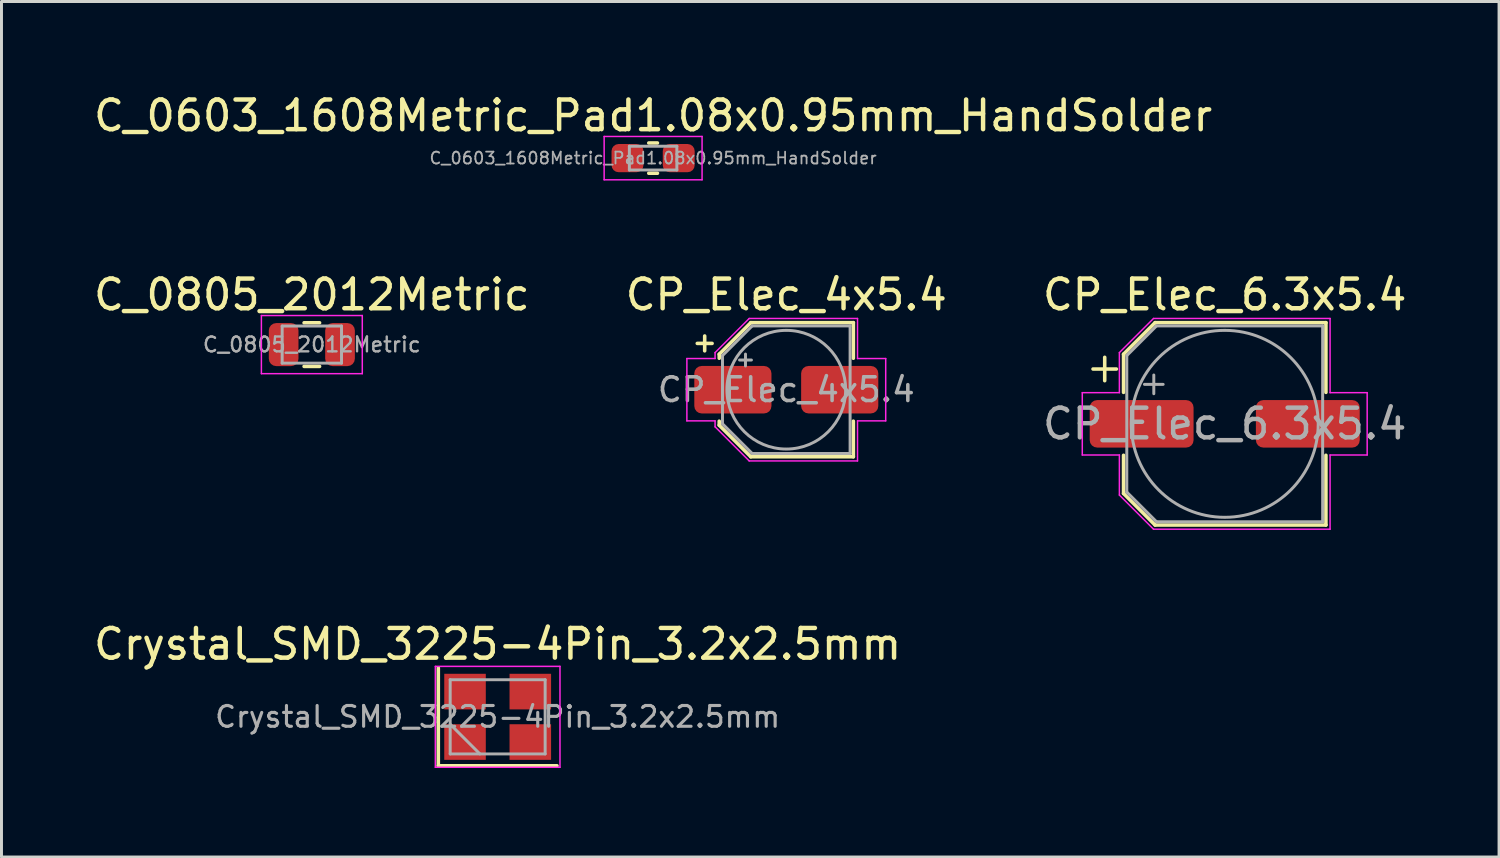
<source format=kicad_pcb>
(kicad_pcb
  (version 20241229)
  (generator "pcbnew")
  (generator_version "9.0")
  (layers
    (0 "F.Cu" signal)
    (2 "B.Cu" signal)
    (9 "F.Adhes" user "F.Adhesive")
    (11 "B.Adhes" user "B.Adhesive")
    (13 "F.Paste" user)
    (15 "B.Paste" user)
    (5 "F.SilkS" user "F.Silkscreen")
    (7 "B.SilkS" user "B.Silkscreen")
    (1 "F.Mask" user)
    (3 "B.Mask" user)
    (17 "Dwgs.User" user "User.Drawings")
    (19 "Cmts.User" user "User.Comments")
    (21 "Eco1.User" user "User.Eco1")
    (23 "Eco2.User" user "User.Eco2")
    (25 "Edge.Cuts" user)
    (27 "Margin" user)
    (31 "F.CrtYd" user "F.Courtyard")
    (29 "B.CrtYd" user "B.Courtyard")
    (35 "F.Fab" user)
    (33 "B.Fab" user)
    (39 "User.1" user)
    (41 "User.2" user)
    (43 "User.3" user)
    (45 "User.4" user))
  (footprint "Crystal_SMD_3225-4Pin_3.2x2.5mm"
    (layer "F.Cu")
    (at 13.72 21.105)
    (property "Reference" "Crystal_SMD_3225-4Pin_3.2x2.5mm" (at 0 -2.45 0) (layer "F.SilkS") (effects (font (size 1 1) (thickness 0.15))))
    (attr smd)
    (fp_line (start -2 -1.65) (end -2 1.65) (stroke (width 0.12) (type solid)) (layer "F.SilkS"))
    (fp_line (start -2 1.65) (end 2 1.65) (stroke (width 0.12) (type solid)) (layer "F.SilkS"))
    (fp_line (start -2.1 -1.7) (end -2.1 1.7) (stroke (width 0.05) (type solid)) (layer "F.CrtYd"))
    (fp_line (start -2.1 1.7) (end 2.1 1.7) (stroke (width 0.05) (type solid)) (layer "F.CrtYd"))
    (fp_line (start 2.1 -1.7) (end -2.1 -1.7) (stroke (width 0.05) (type solid)) (layer "F.CrtYd"))
    (fp_line (start 2.1 1.7) (end 2.1 -1.7) (stroke (width 0.05) (type solid)) (layer "F.CrtYd"))
    (fp_line (start -1.6 -1.25) (end -1.6 1.25) (stroke (width 0.1) (type solid)) (layer "F.Fab"))
    (fp_line (start -1.6 0.25) (end -0.6 1.25) (stroke (width 0.1) (type solid)) (layer "F.Fab"))
    (fp_line (start -1.6 1.25) (end 1.6 1.25) (stroke (width 0.1) (type solid)) (layer "F.Fab"))
    (fp_line (start 1.6 -1.25) (end -1.6 -1.25) (stroke (width 0.1) (type solid)) (layer "F.Fab"))
    (fp_line (start 1.6 1.25) (end 1.6 -1.25) (stroke (width 0.1) (type solid)) (layer "F.Fab"))
    (fp_text user "${REFERENCE}" (at 0 0 0) (layer "F.Fab") (effects (font (size 0.7 0.7) (thickness 0.105))))
    (pad "1" smd rect (at -1.1 0.85) (size 1.4 1.2) (layers "F.Cu" "F.Mask" "F.Paste"))
    (pad "2" smd rect (at 1.1 0.85) (size 1.4 1.2) (layers "F.Cu" "F.Mask" "F.Paste"))
    (pad "3" smd rect (at 1.1 -0.85) (size 1.4 1.2) (layers "F.Cu" "F.Mask" "F.Paste"))
    (pad "4" smd rect (at -1.1 -0.85) (size 1.4 1.2) (layers "F.Cu" "F.Mask" "F.Paste")))
  (footprint "C_0603_1608Metric_Pad1.08x0.95mm_HandSolder"
    (layer "F.Cu")
    (at 18.958 2.278)
    (property "Reference" "C_0603_1608Metric_Pad1.08x0.95mm_HandSolder" (at 0 -1.43 0) (layer "F.SilkS") (effects (font (size 1 1) (thickness 0.15))))
    (attr smd)
    (fp_line (start -0.146 -0.51) (end 0.146 -0.51) (stroke (width 0.12) (type solid)) (layer "F.SilkS"))
    (fp_line (start -0.146 0.51) (end 0.146 0.51) (stroke (width 0.12) (type solid)) (layer "F.SilkS"))
    (fp_line (start -1.65 -0.73) (end 1.65 -0.73) (stroke (width 0.05) (type solid)) (layer "F.CrtYd"))
    (fp_line (start -1.65 0.73) (end -1.65 -0.73) (stroke (width 0.05) (type solid)) (layer "F.CrtYd"))
    (fp_line (start 1.65 -0.73) (end 1.65 0.73) (stroke (width 0.05) (type solid)) (layer "F.CrtYd"))
    (fp_line (start 1.65 0.73) (end -1.65 0.73) (stroke (width 0.05) (type solid)) (layer "F.CrtYd"))
    (fp_line (start -0.8 -0.4) (end 0.8 -0.4) (stroke (width 0.1) (type solid)) (layer "F.Fab"))
    (fp_line (start -0.8 0.4) (end -0.8 -0.4) (stroke (width 0.1) (type solid)) (layer "F.Fab"))
    (fp_line (start 0.8 -0.4) (end 0.8 0.4) (stroke (width 0.1) (type solid)) (layer "F.Fab"))
    (fp_line (start 0.8 0.4) (end -0.8 0.4) (stroke (width 0.1) (type solid)) (layer "F.Fab"))
    (fp_text user "${REFERENCE}" (at 0 0 0) (layer "F.Fab") (effects (font (size 0.4 0.4) (thickness 0.06))))
    (pad "1" smd roundrect (at -0.863 0) (size 1.075 0.95) (layers "F.Cu" "F.Mask" "F.Paste") (roundrect_rratio 0.25))
    (pad "2" smd roundrect (at 0.863 0) (size 1.075 0.95) (layers "F.Cu" "F.Mask" "F.Paste") (roundrect_rratio 0.25)))
  (footprint "CP_Elec_6.3x5.4"
    (layer "F.Cu")
    (at 38.22 11.232)
    (property "Reference" "CP_Elec_6.3x5.4" (at 0 -4.35 0) (layer "F.SilkS") (effects (font (size 1 1) (thickness 0.15))))
    (attr smd)
    (fp_line (start -4.438 -1.847) (end -3.65 -1.847) (stroke (width 0.12) (type solid)) (layer "F.SilkS"))
    (fp_line (start -4.044 -2.241) (end -4.044 -1.454) (stroke (width 0.12) (type solid)) (layer "F.SilkS"))
    (fp_line (start -3.41 -2.346) (end -3.41 -1.06) (stroke (width 0.12) (type solid)) (layer "F.SilkS"))
    (fp_line (start -3.41 -2.346) (end -2.346 -3.41) (stroke (width 0.12) (type solid)) (layer "F.SilkS"))
    (fp_line (start -3.41 2.346) (end -3.41 1.06) (stroke (width 0.12) (type solid)) (layer "F.SilkS"))
    (fp_line (start -3.41 2.346) (end -2.346 3.41) (stroke (width 0.12) (type solid)) (layer "F.SilkS"))
    (fp_line (start -2.346 -3.41) (end 3.41 -3.41) (stroke (width 0.12) (type solid)) (layer "F.SilkS"))
    (fp_line (start -2.346 3.41) (end 3.41 3.41) (stroke (width 0.12) (type solid)) (layer "F.SilkS"))
    (fp_line (start 3.41 -3.41) (end 3.41 -1.06) (stroke (width 0.12) (type solid)) (layer "F.SilkS"))
    (fp_line (start 3.41 3.41) (end 3.41 1.06) (stroke (width 0.12) (type solid)) (layer "F.SilkS"))
    (fp_line (start -4.8 -1.05) (end -4.8 1.05) (stroke (width 0.05) (type solid)) (layer "F.CrtYd"))
    (fp_line (start -4.8 1.05) (end -3.55 1.05) (stroke (width 0.05) (type solid)) (layer "F.CrtYd"))
    (fp_line (start -3.55 -2.4) (end -3.55 -1.05) (stroke (width 0.05) (type solid)) (layer "F.CrtYd"))
    (fp_line (start -3.55 -2.4) (end -2.4 -3.55) (stroke (width 0.05) (type solid)) (layer "F.CrtYd"))
    (fp_line (start -3.55 -1.05) (end -4.8 -1.05) (stroke (width 0.05) (type solid)) (layer "F.CrtYd"))
    (fp_line (start -3.55 1.05) (end -3.55 2.4) (stroke (width 0.05) (type solid)) (layer "F.CrtYd"))
    (fp_line (start -3.55 2.4) (end -2.4 3.55) (stroke (width 0.05) (type solid)) (layer "F.CrtYd"))
    (fp_line (start -2.4 -3.55) (end 3.55 -3.55) (stroke (width 0.05) (type solid)) (layer "F.CrtYd"))
    (fp_line (start -2.4 3.55) (end 3.55 3.55) (stroke (width 0.05) (type solid)) (layer "F.CrtYd"))
    (fp_line (start 3.55 -3.55) (end 3.55 -1.05) (stroke (width 0.05) (type solid)) (layer "F.CrtYd"))
    (fp_line (start 3.55 -1.05) (end 4.8 -1.05) (stroke (width 0.05) (type solid)) (layer "F.CrtYd"))
    (fp_line (start 3.55 1.05) (end 3.55 3.55) (stroke (width 0.05) (type solid)) (layer "F.CrtYd"))
    (fp_line (start 4.8 -1.05) (end 4.8 1.05) (stroke (width 0.05) (type solid)) (layer "F.CrtYd"))
    (fp_line (start 4.8 1.05) (end 3.55 1.05) (stroke (width 0.05) (type solid)) (layer "F.CrtYd"))
    (fp_line (start -3.3 -2.3) (end -3.3 2.3) (stroke (width 0.1) (type solid)) (layer "F.Fab"))
    (fp_line (start -3.3 -2.3) (end -2.3 -3.3) (stroke (width 0.1) (type solid)) (layer "F.Fab"))
    (fp_line (start -3.3 2.3) (end -2.3 3.3) (stroke (width 0.1) (type solid)) (layer "F.Fab"))
    (fp_line (start -2.705 -1.33) (end -2.075 -1.33) (stroke (width 0.1) (type solid)) (layer "F.Fab"))
    (fp_line (start -2.39 -1.645) (end -2.39 -1.015) (stroke (width 0.1) (type solid)) (layer "F.Fab"))
    (fp_line (start -2.3 -3.3) (end 3.3 -3.3) (stroke (width 0.1) (type solid)) (layer "F.Fab"))
    (fp_line (start -2.3 3.3) (end 3.3 3.3) (stroke (width 0.1) (type solid)) (layer "F.Fab"))
    (fp_line (start 3.3 -3.3) (end 3.3 3.3) (stroke (width 0.1) (type solid)) (layer "F.Fab"))
    (fp_circle (center 0 0) (end 3.15 0) (stroke (width 0.1) (type solid)) (fill no) (layer "F.Fab"))
    (fp_text user "${REFERENCE}" (at 0 0 0) (layer "F.Fab") (effects (font (size 1 1) (thickness 0.15))))
    (pad "1" smd roundrect (at -2.8 0) (size 3.5 1.6) (layers "F.Cu" "F.Mask" "F.Paste") (roundrect_rratio 0.156))
    (pad "2" smd roundrect (at 2.8 0) (size 3.5 1.6) (layers "F.Cu" "F.Mask" "F.Paste") (roundrect_rratio 0.156)))
  (footprint "C_0805_2012Metric"
    (layer "F.Cu")
    (at 7.458 8.562)
    (property "Reference" "C_0805_2012Metric" (at 0 -1.68 180) (layer "F.SilkS") (effects (font (size 1 1) (thickness 0.15))))
    (attr smd)
    (fp_line (start -0.261 -0.735) (end 0.261 -0.735) (stroke (width 0.12) (type solid)) (layer "F.SilkS"))
    (fp_line (start -0.261 0.735) (end 0.261 0.735) (stroke (width 0.12) (type solid)) (layer "F.SilkS"))
    (fp_line (start -1.7 -0.98) (end 1.7 -0.98) (stroke (width 0.05) (type solid)) (layer "F.CrtYd"))
    (fp_line (start -1.7 0.98) (end -1.7 -0.98) (stroke (width 0.05) (type solid)) (layer "F.CrtYd"))
    (fp_line (start 1.7 -0.98) (end 1.7 0.98) (stroke (width 0.05) (type solid)) (layer "F.CrtYd"))
    (fp_line (start 1.7 0.98) (end -1.7 0.98) (stroke (width 0.05) (type solid)) (layer "F.CrtYd"))
    (fp_line (start -1 -0.625) (end 1 -0.625) (stroke (width 0.1) (type solid)) (layer "F.Fab"))
    (fp_line (start -1 0.625) (end -1 -0.625) (stroke (width 0.1) (type solid)) (layer "F.Fab"))
    (fp_line (start 1 -0.625) (end 1 0.625) (stroke (width 0.1) (type solid)) (layer "F.Fab"))
    (fp_line (start 1 0.625) (end -1 0.625) (stroke (width 0.1) (type solid)) (layer "F.Fab"))
    (fp_text user "${REFERENCE}" (at 0 0 180) (layer "F.Fab") (effects (font (size 0.5 0.5) (thickness 0.08))))
    (pad "1" smd roundrect (at -0.95 0) (size 1 1.45) (layers "F.Cu" "F.Mask" "F.Paste") (roundrect_rratio 0.25))
    (pad "2" smd roundrect (at 0.95 0) (size 1 1.45) (layers "F.Cu" "F.Mask" "F.Paste") (roundrect_rratio 0.25)))
  (footprint "CP_Elec_4x5.4"
    (layer "F.Cu")
    (at 23.446 10.082)
    (property "Reference" "CP_Elec_4x5.4" (at 0 -3.2 180) (layer "F.SilkS") (effects (font (size 1 1) (thickness 0.15))))
    (attr smd)
    (fp_line (start -3 -1.56) (end -2.5 -1.56) (stroke (width 0.12) (type solid)) (layer "F.SilkS"))
    (fp_line (start -2.75 -1.81) (end -2.75 -1.31) (stroke (width 0.12) (type solid)) (layer "F.SilkS"))
    (fp_line (start -2.26 -1.196) (end -2.26 -1.06) (stroke (width 0.12) (type solid)) (layer "F.SilkS"))
    (fp_line (start -2.26 -1.196) (end -1.196 -2.26) (stroke (width 0.12) (type solid)) (layer "F.SilkS"))
    (fp_line (start -2.26 1.196) (end -2.26 1.06) (stroke (width 0.12) (type solid)) (layer "F.SilkS"))
    (fp_line (start -2.26 1.196) (end -1.196 2.26) (stroke (width 0.12) (type solid)) (layer "F.SilkS"))
    (fp_line (start -1.196 -2.26) (end 2.26 -2.26) (stroke (width 0.12) (type solid)) (layer "F.SilkS"))
    (fp_line (start -1.196 2.26) (end 2.26 2.26) (stroke (width 0.12) (type solid)) (layer "F.SilkS"))
    (fp_line (start 2.26 -2.26) (end 2.26 -1.06) (stroke (width 0.12) (type solid)) (layer "F.SilkS"))
    (fp_line (start 2.26 2.26) (end 2.26 1.06) (stroke (width 0.12) (type solid)) (layer "F.SilkS"))
    (fp_line (start -3.35 -1.05) (end -3.35 1.05) (stroke (width 0.05) (type solid)) (layer "F.CrtYd"))
    (fp_line (start -3.35 1.05) (end -2.4 1.05) (stroke (width 0.05) (type solid)) (layer "F.CrtYd"))
    (fp_line (start -2.4 -1.25) (end -2.4 -1.05) (stroke (width 0.05) (type solid)) (layer "F.CrtYd"))
    (fp_line (start -2.4 -1.25) (end -1.25 -2.4) (stroke (width 0.05) (type solid)) (layer "F.CrtYd"))
    (fp_line (start -2.4 -1.05) (end -3.35 -1.05) (stroke (width 0.05) (type solid)) (layer "F.CrtYd"))
    (fp_line (start -2.4 1.05) (end -2.4 1.25) (stroke (width 0.05) (type solid)) (layer "F.CrtYd"))
    (fp_line (start -2.4 1.25) (end -1.25 2.4) (stroke (width 0.05) (type solid)) (layer "F.CrtYd"))
    (fp_line (start -1.25 -2.4) (end 2.4 -2.4) (stroke (width 0.05) (type solid)) (layer "F.CrtYd"))
    (fp_line (start -1.25 2.4) (end 2.4 2.4) (stroke (width 0.05) (type solid)) (layer "F.CrtYd"))
    (fp_line (start 2.4 -2.4) (end 2.4 -1.05) (stroke (width 0.05) (type solid)) (layer "F.CrtYd"))
    (fp_line (start 2.4 -1.05) (end 3.35 -1.05) (stroke (width 0.05) (type solid)) (layer "F.CrtYd"))
    (fp_line (start 2.4 1.05) (end 2.4 2.4) (stroke (width 0.05) (type solid)) (layer "F.CrtYd"))
    (fp_line (start 3.35 -1.05) (end 3.35 1.05) (stroke (width 0.05) (type solid)) (layer "F.CrtYd"))
    (fp_line (start 3.35 1.05) (end 2.4 1.05) (stroke (width 0.05) (type solid)) (layer "F.CrtYd"))
    (fp_line (start -2.15 -1.15) (end -2.15 1.15) (stroke (width 0.1) (type solid)) (layer "F.Fab"))
    (fp_line (start -2.15 -1.15) (end -1.15 -2.15) (stroke (width 0.1) (type solid)) (layer "F.Fab"))
    (fp_line (start -2.15 1.15) (end -1.15 2.15) (stroke (width 0.1) (type solid)) (layer "F.Fab"))
    (fp_line (start -1.575 -1) (end -1.175 -1) (stroke (width 0.1) (type solid)) (layer "F.Fab"))
    (fp_line (start -1.375 -1.2) (end -1.375 -0.8) (stroke (width 0.1) (type solid)) (layer "F.Fab"))
    (fp_line (start -1.15 -2.15) (end 2.15 -2.15) (stroke (width 0.1) (type solid)) (layer "F.Fab"))
    (fp_line (start -1.15 2.15) (end 2.15 2.15) (stroke (width 0.1) (type solid)) (layer "F.Fab"))
    (fp_line (start 2.15 -2.15) (end 2.15 2.15) (stroke (width 0.1) (type solid)) (layer "F.Fab"))
    (fp_circle (center 0 0) (end 2 0) (stroke (width 0.1) (type solid)) (fill no) (layer "F.Fab"))
    (fp_text user "${REFERENCE}" (at 0 0 180) (layer "F.Fab") (effects (font (size 0.8 0.8) (thickness 0.12))))
    (pad "1" smd roundrect (at -1.8 0) (size 2.6 1.6) (layers "F.Cu" "F.Mask" "F.Paste") (roundrect_rratio 0.156))
    (pad "2" smd roundrect (at 1.8 0) (size 2.6 1.6) (layers "F.Cu" "F.Mask" "F.Paste") (roundrect_rratio 0.156)))
  (gr_rect
    (start -3 -3)
    (end 47.464 25.83)
    (stroke (width 0.1) (type default))
    (fill no)
    (layer "Edge.Cuts")))
</source>
